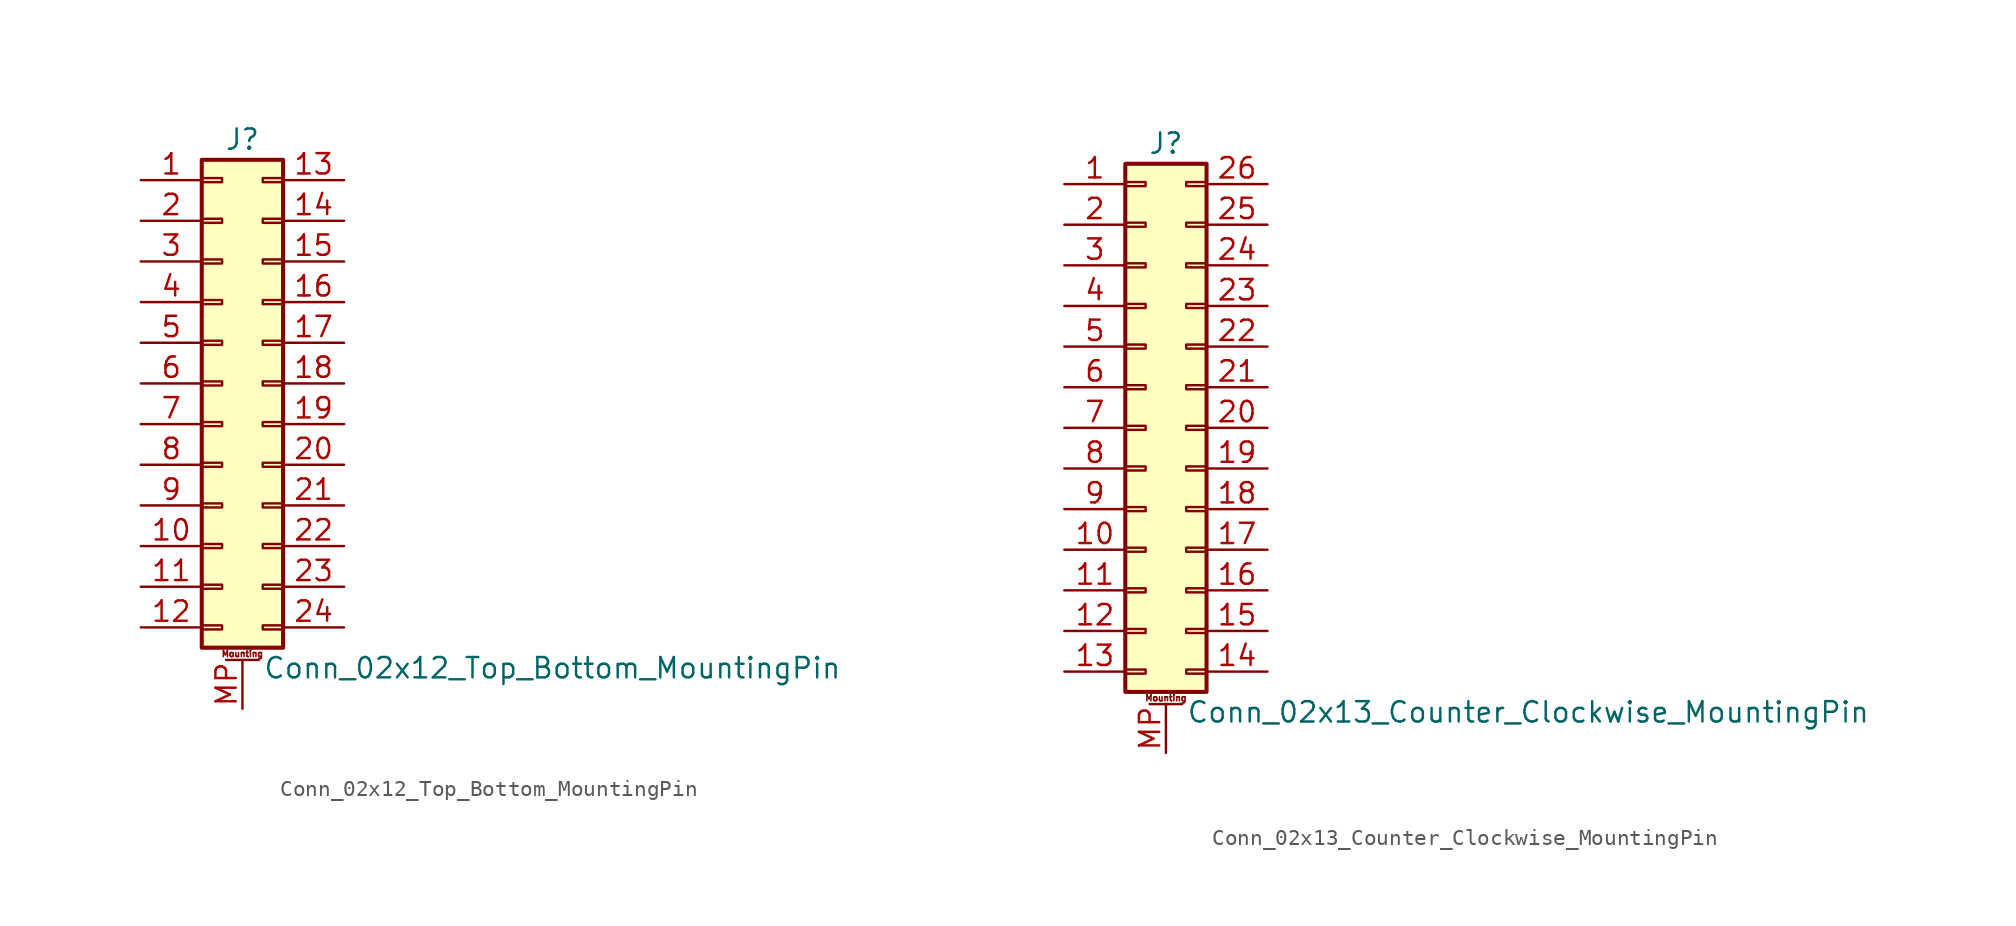
<source format=kicad_sym>
(kicad_symbol_lib
  (version 20201005)
  (generator kicad_symbol_editor)
  (symbol "Connector_Generic_MountingPin:Conn_02x12_Top_Bottom_MountingPin"
    (pin_names
      (offset 1.016) hide)
    (property "Reference" "J"
      (at 1.27 15.24 0)
      (effects (font (size 1.27 1.27))))
    (property "Value" "Conn_02x12_Top_Bottom_MountingPin"
      (at 2.54 -17.78 0)
      (effects (font (size 1.27 1.27)) (justify left)))
    (symbol "Conn_02x12_Top_Bottom_MountingPin_1_1"
      (text "Mounting" (at 1.27 -16.891 0) (effects (font (size 0.381 0.381))))
      (rectangle (start -1.27 -4.953) (end 0 -5.207) (stroke (width 0.152)) (fill (type none)))
      (rectangle (start -1.27 -7.493) (end 0 -7.747) (stroke (width 0.152)) (fill (type none)))
      (rectangle (start -1.27 -10.033) (end 0 -10.287) (stroke (width 0.152)) (fill (type none)))
      (rectangle (start -1.27 -12.573) (end 0 -12.827) (stroke (width 0.152)) (fill (type none)))
      (rectangle (start -1.27 -15.113) (end 0 -15.367) (stroke (width 0.152)) (fill (type none)))
      (rectangle (start -1.27 -2.413) (end 0 -2.667) (stroke (width 0.152)) (fill (type none)))
      (rectangle (start -1.27 2.667) (end 0 2.413) (stroke (width 0.152)) (fill (type none)))
      (rectangle (start -1.27 5.207) (end 0 4.953) (stroke (width 0.152)) (fill (type none)))
      (rectangle (start -1.27 7.747) (end 0 7.493) (stroke (width 0.152)) (fill (type none)))
      (rectangle (start -1.27 10.287) (end 0 10.033) (stroke (width 0.152)) (fill (type none)))
      (rectangle (start -1.27 0.127) (end 0 -0.127) (stroke (width 0.152)) (fill (type none)))
      (rectangle (start -1.27 12.827) (end 0 12.573) (stroke (width 0.152)) (fill (type none)))
      (rectangle (start -1.27 13.97) (end 3.81 -16.51) (stroke (width 0.254)) (fill (type background)))
      (rectangle (start 3.81 -4.953) (end 2.54 -5.207) (stroke (width 0.152)) (fill (type none)))
      (rectangle (start 3.81 -7.493) (end 2.54 -7.747) (stroke (width 0.152)) (fill (type none)))
      (rectangle (start 3.81 -10.033) (end 2.54 -10.287) (stroke (width 0.152)) (fill (type none)))
      (rectangle (start 3.81 -12.573) (end 2.54 -12.827) (stroke (width 0.152)) (fill (type none)))
      (rectangle (start 3.81 -15.113) (end 2.54 -15.367) (stroke (width 0.152)) (fill (type none)))
      (rectangle (start 3.81 -2.413) (end 2.54 -2.667) (stroke (width 0.152)) (fill (type none)))
      (rectangle (start 3.81 2.667) (end 2.54 2.413) (stroke (width 0.152)) (fill (type none)))
      (rectangle (start 3.81 5.207) (end 2.54 4.953) (stroke (width 0.152)) (fill (type none)))
      (rectangle (start 3.81 7.747) (end 2.54 7.493) (stroke (width 0.152)) (fill (type none)))
      (rectangle (start 3.81 10.287) (end 2.54 10.033) (stroke (width 0.152)) (fill (type none)))
      (rectangle (start 3.81 0.127) (end 2.54 -0.127) (stroke (width 0.152)) (fill (type none)))
      (rectangle (start 3.81 12.827) (end 2.54 12.573) (stroke (width 0.152)) (fill (type none)))
      (polyline (pts (xy 0.254 -17.272) (xy 2.286 -17.272)) (stroke (width 0.152)) (fill (type none)))
      (pin passive line (at 1.27 -20.32 90) (length 3.048) (name "MountPin" (effects (font (size 1.27 1.27)))) (number "MP" (effects (font (size 1.27 1.27)))))
      (pin passive line (at -5.08 12.7 0) (length 3.81) (name "Pin_1" (effects (font (size 1.27 1.27)))) (number "1" (effects (font (size 1.27 1.27)))))
      (pin passive line (at -5.08 -10.16 0) (length 3.81) (name "Pin_10" (effects (font (size 1.27 1.27)))) (number "10" (effects (font (size 1.27 1.27)))))
      (pin passive line (at -5.08 -12.7 0) (length 3.81) (name "Pin_11" (effects (font (size 1.27 1.27)))) (number "11" (effects (font (size 1.27 1.27)))))
      (pin passive line (at -5.08 -15.24 0) (length 3.81) (name "Pin_12" (effects (font (size 1.27 1.27)))) (number "12" (effects (font (size 1.27 1.27)))))
      (pin passive line (at 7.62 12.7 180) (length 3.81) (name "Pin_13" (effects (font (size 1.27 1.27)))) (number "13" (effects (font (size 1.27 1.27)))))
      (pin passive line (at 7.62 10.16 180) (length 3.81) (name "Pin_14" (effects (font (size 1.27 1.27)))) (number "14" (effects (font (size 1.27 1.27)))))
      (pin passive line (at 7.62 7.62 180) (length 3.81) (name "Pin_15" (effects (font (size 1.27 1.27)))) (number "15" (effects (font (size 1.27 1.27)))))
      (pin passive line (at 7.62 5.08 180) (length 3.81) (name "Pin_16" (effects (font (size 1.27 1.27)))) (number "16" (effects (font (size 1.27 1.27)))))
      (pin passive line (at 7.62 2.54 180) (length 3.81) (name "Pin_17" (effects (font (size 1.27 1.27)))) (number "17" (effects (font (size 1.27 1.27)))))
      (pin passive line (at 7.62 0 180) (length 3.81) (name "Pin_18" (effects (font (size 1.27 1.27)))) (number "18" (effects (font (size 1.27 1.27)))))
      (pin passive line (at 7.62 -2.54 180) (length 3.81) (name "Pin_19" (effects (font (size 1.27 1.27)))) (number "19" (effects (font (size 1.27 1.27)))))
      (pin passive line (at -5.08 10.16 0) (length 3.81) (name "Pin_2" (effects (font (size 1.27 1.27)))) (number "2" (effects (font (size 1.27 1.27)))))
      (pin passive line (at 7.62 -5.08 180) (length 3.81) (name "Pin_20" (effects (font (size 1.27 1.27)))) (number "20" (effects (font (size 1.27 1.27)))))
      (pin passive line (at 7.62 -7.62 180) (length 3.81) (name "Pin_21" (effects (font (size 1.27 1.27)))) (number "21" (effects (font (size 1.27 1.27)))))
      (pin passive line (at 7.62 -10.16 180) (length 3.81) (name "Pin_22" (effects (font (size 1.27 1.27)))) (number "22" (effects (font (size 1.27 1.27)))))
      (pin passive line (at 7.62 -12.7 180) (length 3.81) (name "Pin_23" (effects (font (size 1.27 1.27)))) (number "23" (effects (font (size 1.27 1.27)))))
      (pin passive line (at 7.62 -15.24 180) (length 3.81) (name "Pin_24" (effects (font (size 1.27 1.27)))) (number "24" (effects (font (size 1.27 1.27)))))
      (pin passive line (at -5.08 7.62 0) (length 3.81) (name "Pin_3" (effects (font (size 1.27 1.27)))) (number "3" (effects (font (size 1.27 1.27)))))
      (pin passive line (at -5.08 5.08 0) (length 3.81) (name "Pin_4" (effects (font (size 1.27 1.27)))) (number "4" (effects (font (size 1.27 1.27)))))
      (pin passive line (at -5.08 2.54 0) (length 3.81) (name "Pin_5" (effects (font (size 1.27 1.27)))) (number "5" (effects (font (size 1.27 1.27)))))
      (pin passive line (at -5.08 0 0) (length 3.81) (name "Pin_6" (effects (font (size 1.27 1.27)))) (number "6" (effects (font (size 1.27 1.27)))))
      (pin passive line (at -5.08 -2.54 0) (length 3.81) (name "Pin_7" (effects (font (size 1.27 1.27)))) (number "7" (effects (font (size 1.27 1.27)))))
      (pin passive line (at -5.08 -5.08 0) (length 3.81) (name "Pin_8" (effects (font (size 1.27 1.27)))) (number "8" (effects (font (size 1.27 1.27)))))
      (pin passive line (at -5.08 -7.62 0) (length 3.81) (name "Pin_9" (effects (font (size 1.27 1.27)))) (number "9" (effects (font (size 1.27 1.27)))))))
  (symbol "Connector_Generic_MountingPin:Conn_02x13_Counter_Clockwise_MountingPin"
    (pin_names
      (offset 1.016) hide)
    (property "Reference" "J"
      (at 1.27 17.78 0)
      (effects (font (size 1.27 1.27))))
    (property "Value" "Conn_02x13_Counter_Clockwise_MountingPin"
      (at 2.54 -17.78 0)
      (effects (font (size 1.27 1.27)) (justify left)))
    (symbol "Conn_02x13_Counter_Clockwise_MountingPin_1_1"
      (text "Mounting" (at 1.27 -16.891 0) (effects (font (size 0.381 0.381))))
      (rectangle (start -1.27 -4.953) (end 0 -5.207) (stroke (width 0.152)) (fill (type none)))
      (rectangle (start -1.27 -7.493) (end 0 -7.747) (stroke (width 0.152)) (fill (type none)))
      (rectangle (start -1.27 -10.033) (end 0 -10.287) (stroke (width 0.152)) (fill (type none)))
      (rectangle (start -1.27 -12.573) (end 0 -12.827) (stroke (width 0.152)) (fill (type none)))
      (rectangle (start -1.27 -15.113) (end 0 -15.367) (stroke (width 0.152)) (fill (type none)))
      (rectangle (start -1.27 -2.413) (end 0 -2.667) (stroke (width 0.152)) (fill (type none)))
      (rectangle (start -1.27 2.667) (end 0 2.413) (stroke (width 0.152)) (fill (type none)))
      (rectangle (start -1.27 5.207) (end 0 4.953) (stroke (width 0.152)) (fill (type none)))
      (rectangle (start -1.27 7.747) (end 0 7.493) (stroke (width 0.152)) (fill (type none)))
      (rectangle (start -1.27 10.287) (end 0 10.033) (stroke (width 0.152)) (fill (type none)))
      (rectangle (start -1.27 0.127) (end 0 -0.127) (stroke (width 0.152)) (fill (type none)))
      (rectangle (start -1.27 12.827) (end 0 12.573) (stroke (width 0.152)) (fill (type none)))
      (rectangle (start -1.27 15.367) (end 0 15.113) (stroke (width 0.152)) (fill (type none)))
      (rectangle (start -1.27 16.51) (end 3.81 -16.51) (stroke (width 0.254)) (fill (type background)))
      (rectangle (start 3.81 -4.953) (end 2.54 -5.207) (stroke (width 0.152)) (fill (type none)))
      (rectangle (start 3.81 -7.493) (end 2.54 -7.747) (stroke (width 0.152)) (fill (type none)))
      (rectangle (start 3.81 -10.033) (end 2.54 -10.287) (stroke (width 0.152)) (fill (type none)))
      (rectangle (start 3.81 -12.573) (end 2.54 -12.827) (stroke (width 0.152)) (fill (type none)))
      (rectangle (start 3.81 -15.113) (end 2.54 -15.367) (stroke (width 0.152)) (fill (type none)))
      (rectangle (start 3.81 -2.413) (end 2.54 -2.667) (stroke (width 0.152)) (fill (type none)))
      (rectangle (start 3.81 2.667) (end 2.54 2.413) (stroke (width 0.152)) (fill (type none)))
      (rectangle (start 3.81 5.207) (end 2.54 4.953) (stroke (width 0.152)) (fill (type none)))
      (rectangle (start 3.81 7.747) (end 2.54 7.493) (stroke (width 0.152)) (fill (type none)))
      (rectangle (start 3.81 10.287) (end 2.54 10.033) (stroke (width 0.152)) (fill (type none)))
      (rectangle (start 3.81 0.127) (end 2.54 -0.127) (stroke (width 0.152)) (fill (type none)))
      (rectangle (start 3.81 12.827) (end 2.54 12.573) (stroke (width 0.152)) (fill (type none)))
      (rectangle (start 3.81 15.367) (end 2.54 15.113) (stroke (width 0.152)) (fill (type none)))
      (polyline (pts (xy 0.254 -17.272) (xy 2.286 -17.272)) (stroke (width 0.152)) (fill (type none)))
      (pin passive line (at 1.27 -20.32 90) (length 3.048) (name "MountPin" (effects (font (size 1.27 1.27)))) (number "MP" (effects (font (size 1.27 1.27)))))
      (pin passive line (at -5.08 15.24 0) (length 3.81) (name "Pin_1" (effects (font (size 1.27 1.27)))) (number "1" (effects (font (size 1.27 1.27)))))
      (pin passive line (at -5.08 -7.62 0) (length 3.81) (name "Pin_10" (effects (font (size 1.27 1.27)))) (number "10" (effects (font (size 1.27 1.27)))))
      (pin passive line (at -5.08 -10.16 0) (length 3.81) (name "Pin_11" (effects (font (size 1.27 1.27)))) (number "11" (effects (font (size 1.27 1.27)))))
      (pin passive line (at -5.08 -12.7 0) (length 3.81) (name "Pin_12" (effects (font (size 1.27 1.27)))) (number "12" (effects (font (size 1.27 1.27)))))
      (pin passive line (at -5.08 -15.24 0) (length 3.81) (name "Pin_13" (effects (font (size 1.27 1.27)))) (number "13" (effects (font (size 1.27 1.27)))))
      (pin passive line (at 7.62 -15.24 180) (length 3.81) (name "Pin_14" (effects (font (size 1.27 1.27)))) (number "14" (effects (font (size 1.27 1.27)))))
      (pin passive line (at 7.62 -12.7 180) (length 3.81) (name "Pin_15" (effects (font (size 1.27 1.27)))) (number "15" (effects (font (size 1.27 1.27)))))
      (pin passive line (at 7.62 -10.16 180) (length 3.81) (name "Pin_16" (effects (font (size 1.27 1.27)))) (number "16" (effects (font (size 1.27 1.27)))))
      (pin passive line (at 7.62 -7.62 180) (length 3.81) (name "Pin_17" (effects (font (size 1.27 1.27)))) (number "17" (effects (font (size 1.27 1.27)))))
      (pin passive line (at 7.62 -5.08 180) (length 3.81) (name "Pin_18" (effects (font (size 1.27 1.27)))) (number "18" (effects (font (size 1.27 1.27)))))
      (pin passive line (at 7.62 -2.54 180) (length 3.81) (name "Pin_19" (effects (font (size 1.27 1.27)))) (number "19" (effects (font (size 1.27 1.27)))))
      (pin passive line (at -5.08 12.7 0) (length 3.81) (name "Pin_2" (effects (font (size 1.27 1.27)))) (number "2" (effects (font (size 1.27 1.27)))))
      (pin passive line (at 7.62 0 180) (length 3.81) (name "Pin_20" (effects (font (size 1.27 1.27)))) (number "20" (effects (font (size 1.27 1.27)))))
      (pin passive line (at 7.62 2.54 180) (length 3.81) (name "Pin_21" (effects (font (size 1.27 1.27)))) (number "21" (effects (font (size 1.27 1.27)))))
      (pin passive line (at 7.62 5.08 180) (length 3.81) (name "Pin_22" (effects (font (size 1.27 1.27)))) (number "22" (effects (font (size 1.27 1.27)))))
      (pin passive line (at 7.62 7.62 180) (length 3.81) (name "Pin_23" (effects (font (size 1.27 1.27)))) (number "23" (effects (font (size 1.27 1.27)))))
      (pin passive line (at 7.62 10.16 180) (length 3.81) (name "Pin_24" (effects (font (size 1.27 1.27)))) (number "24" (effects (font (size 1.27 1.27)))))
      (pin passive line (at 7.62 12.7 180) (length 3.81) (name "Pin_25" (effects (font (size 1.27 1.27)))) (number "25" (effects (font (size 1.27 1.27)))))
      (pin passive line (at 7.62 15.24 180) (length 3.81) (name "Pin_26" (effects (font (size 1.27 1.27)))) (number "26" (effects (font (size 1.27 1.27)))))
      (pin passive line (at -5.08 10.16 0) (length 3.81) (name "Pin_3" (effects (font (size 1.27 1.27)))) (number "3" (effects (font (size 1.27 1.27)))))
      (pin passive line (at -5.08 7.62 0) (length 3.81) (name "Pin_4" (effects (font (size 1.27 1.27)))) (number "4" (effects (font (size 1.27 1.27)))))
      (pin passive line (at -5.08 5.08 0) (length 3.81) (name "Pin_5" (effects (font (size 1.27 1.27)))) (number "5" (effects (font (size 1.27 1.27)))))
      (pin passive line (at -5.08 2.54 0) (length 3.81) (name "Pin_6" (effects (font (size 1.27 1.27)))) (number "6" (effects (font (size 1.27 1.27)))))
      (pin passive line (at -5.08 0 0) (length 3.81) (name "Pin_7" (effects (font (size 1.27 1.27)))) (number "7" (effects (font (size 1.27 1.27)))))
      (pin passive line (at -5.08 -2.54 0) (length 3.81) (name "Pin_8" (effects (font (size 1.27 1.27)))) (number "8" (effects (font (size 1.27 1.27)))))
      (pin passive line (at -5.08 -5.08 0) (length 3.81) (name "Pin_9" (effects (font (size 1.27 1.27)))) (number "9" (effects (font (size 1.27 1.27))))))))
</source>
